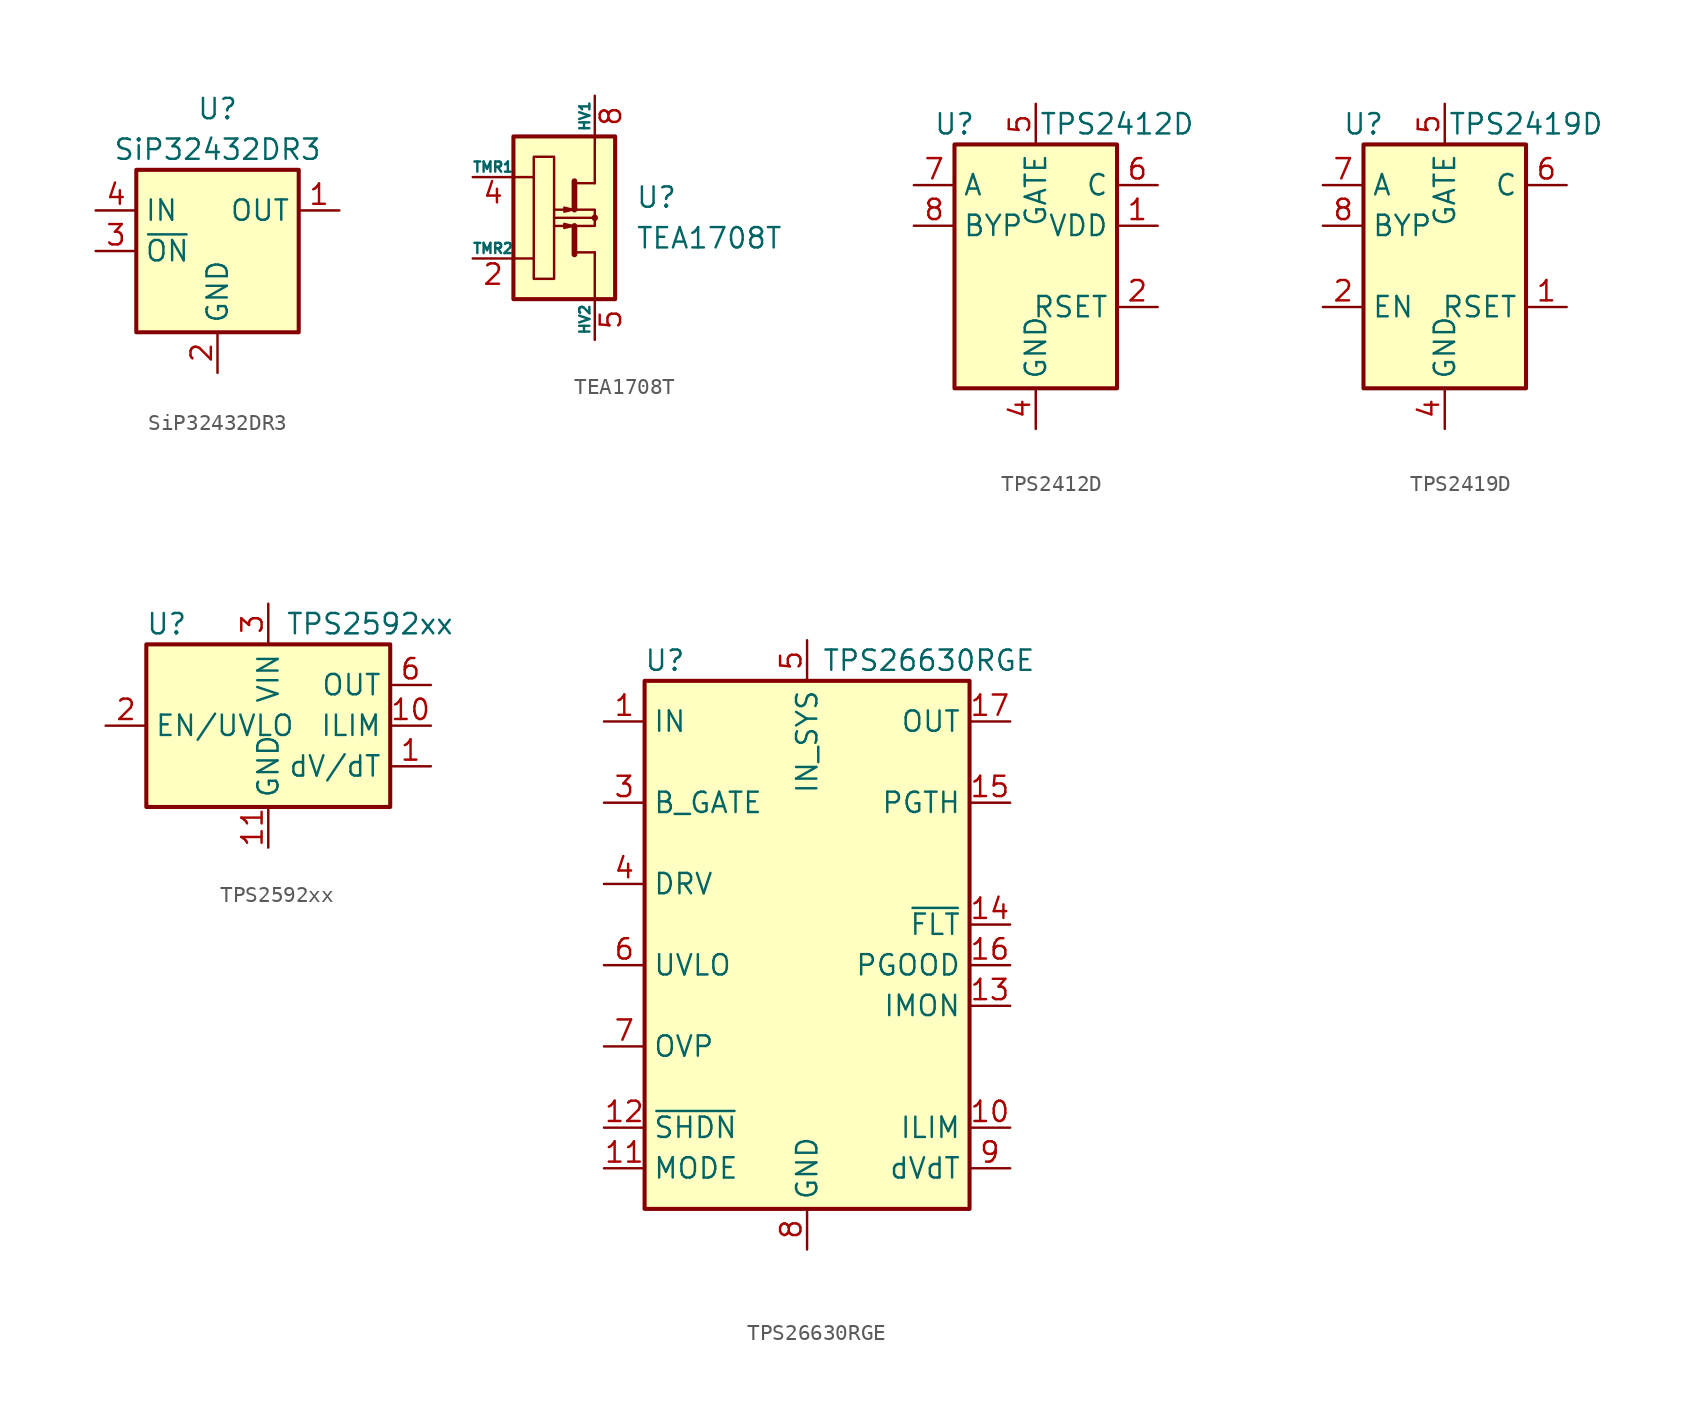
<source format=kicad_sym>
(kicad_symbol_lib
  (version 20200908)
  (generator kicad_symbol_editor)
  (symbol "Power_Management:SiP32432DR3"
    (property "Reference" "U"
      (at 0 8.89 0)
      (effects (font (size 1.27 1.27))))
    (property "Value" "SiP32432DR3"
      (at 0 6.35 0)
      (effects (font (size 1.27 1.27))))
    (symbol "SiP32432DR3_0_1"
      (rectangle (start -5.08 5.08) (end 5.08 -5.08) (stroke (width 0.254)) (fill (type background))))
    (symbol "SiP32432DR3_1_1"
      (pin passive line (at 7.62 2.54 180) (length 2.54) (name "OUT" (effects (font (size 1.27 1.27)))) (number "1" (effects (font (size 1.27 1.27)))))
      (pin power_in line (at 0 -7.62 90) (length 2.54) (name "GND" (effects (font (size 1.27 1.27)))) (number "2" (effects (font (size 1.27 1.27)))))
      (pin input line (at -7.62 0 0) (length 2.54) (name "~ON" (effects (font (size 1.27 1.27)))) (number "3" (effects (font (size 1.27 1.27)))))
      (pin passive line (at -7.62 2.54 0) (length 2.54) (name "IN" (effects (font (size 1.27 1.27)))) (number "4" (effects (font (size 1.27 1.27)))))
      (pin passive line (at 0 -7.62 90) (length 2.54) hide (name "GND" (effects (font (size 1.27 1.27)))) (number "5" (effects (font (size 1.27 1.27)))))
      (pin unconnected line (at 5.08 0 180) (length 2.54) hide (name "NC" (effects (font (size 1.27 1.27)))) (number "6" (effects (font (size 1.27 1.27)))))))
  (symbol "Power_Management:TEA1708T"
    (pin_names
      (offset 0))
    (property "Reference" "U"
      (at 5.08 1.27 0)
      (effects (font (size 1.27 1.27)) (justify left)))
    (property "Value" "TEA1708T"
      (at 5.08 -1.27 0)
      (effects (font (size 1.27 1.27)) (justify left)))
    (symbol "TEA1708T_0_1"
      (circle (center 2.54 0) (radius 0.127) (stroke (width 0)) (fill (type none)))
      (rectangle (start -2.54 5.08) (end 3.81 -5.08) (stroke (width 0.254)) (fill (type background)))
      (rectangle (start -1.27 3.81) (end 0 -3.81) (stroke (width 0)) (fill (type none)))
      (polyline (pts (xy -2.54 2.54) (xy -1.27 2.54)) (stroke (width 0)) (fill (type none)))
      (polyline (pts (xy -1.27 -2.54) (xy -2.54 -2.54)) (stroke (width 0)) (fill (type none)))
      (polyline (pts (xy 1.27 -2.159) (xy 2.54 -2.159)) (stroke (width 0)) (fill (type none)))
      (polyline (pts (xy 1.27 2.159) (xy 2.54 2.159)) (stroke (width 0)) (fill (type none)))
      (polyline (pts (xy 2.413 0) (xy 0 0)) (stroke (width 0)) (fill (type none)))
      (polyline (pts (xy 2.54 2.159) (xy 2.54 5.08)) (stroke (width 0)) (fill (type none)))
      (polyline (pts (xy 1.27 -0.508) (xy 1.27 -2.286) (xy 1.27 -2.286)) (stroke (width 0.356)) (fill (type none)))
      (polyline (pts (xy 1.27 2.286) (xy 1.27 0.508) (xy 1.27 2.032)) (stroke (width 0.356)) (fill (type none)))
      (polyline (pts (xy 2.54 -2.159) (xy 2.54 -5.08) (xy 2.54 -3.175)) (stroke (width 0)) (fill (type none)))
      (polyline (pts (xy 0 0.508) (xy 2.54 0.508) (xy 2.54 -0.508) (xy 0 -0.508)) (stroke (width 0)) (fill (type none))))
    (symbol "TEA1708T_1_1"
      (polyline (pts (xy 1.143 -0.508) (xy 0.635 -0.635) (xy 0.635 -0.381) (xy 1.143 -0.508)) (stroke (width 0)) (fill (type none)))
      (polyline (pts (xy 1.143 0.508) (xy 0.635 0.381) (xy 0.635 0.635) (xy 1.143 0.508)) (stroke (width 0)) (fill (type none)))
      (pin unconnected line (at -2.54 5.08 0) (length 2.54) hide (name "NC" (effects (font (size 1.27 1.27)))) (number "1" (effects (font (size 1.27 1.27)))))
      (pin passive line (at -5.08 -2.54 0) (length 2.54) (name "TMR2" (effects (font (size 0.635 0.635)))) (number "2" (effects (font (size 1.27 1.27)))))
      (pin unconnected line (at -2.54 2.54 0) (length 2.54) hide (name "NC" (effects (font (size 1.27 1.27)))) (number "3" (effects (font (size 1.27 1.27)))))
      (pin passive line (at -5.08 2.54 0) (length 2.54) (name "TMR1" (effects (font (size 0.635 0.635)))) (number "4" (effects (font (size 1.27 1.27)))))
      (pin passive line (at 2.54 -7.62 90) (length 2.54) (name "HV2" (effects (font (size 0.635 0.635)))) (number "5" (effects (font (size 1.27 1.27)))))
      (pin unconnected line (at -2.54 -2.54 0) (length 2.54) hide (name "NC" (effects (font (size 1.27 1.27)))) (number "6" (effects (font (size 1.27 1.27)))))
      (pin unconnected line (at -2.54 -5.08 0) (length 2.54) hide (name "NC" (effects (font (size 1.27 1.27)))) (number "7" (effects (font (size 1.27 1.27)))))
      (pin passive line (at 2.54 7.62 270) (length 2.54) (name "HV1" (effects (font (size 0.635 0.635)))) (number "8" (effects (font (size 1.27 1.27)))))))
  (symbol "Power_Management:TPS2412D"
    (property "Reference" "U"
      (at -5.08 8.89 0)
      (effects (font (size 1.27 1.27))))
    (property "Value" "TPS2412D"
      (at 5.08 8.89 0)
      (effects (font (size 1.27 1.27))))
    (symbol "TPS2412D_0_1"
      (rectangle (start -5.08 7.62) (end 5.08 -7.62) (stroke (width 0.254)) (fill (type background))))
    (symbol "TPS2412D_1_1"
      (pin power_in line (at 7.62 2.54 180) (length 2.54) (name "VDD" (effects (font (size 1.27 1.27)))) (number "1" (effects (font (size 1.27 1.27)))))
      (pin passive line (at 7.62 -2.54 180) (length 2.54) (name "RSET" (effects (font (size 1.27 1.27)))) (number "2" (effects (font (size 1.27 1.27)))))
      (pin passive line (at 0 -10.16 90) (length 2.54) hide (name "GND" (effects (font (size 1.27 1.27)))) (number "3" (effects (font (size 1.27 1.27)))))
      (pin power_in line (at 0 -10.16 90) (length 2.54) (name "GND" (effects (font (size 1.27 1.27)))) (number "4" (effects (font (size 1.27 1.27)))))
      (pin output line (at 0 10.16 270) (length 2.54) (name "GATE" (effects (font (size 1.27 1.27)))) (number "5" (effects (font (size 1.27 1.27)))))
      (pin input line (at 7.62 5.08 180) (length 2.54) (name "C" (effects (font (size 1.27 1.27)))) (number "6" (effects (font (size 1.27 1.27)))))
      (pin input line (at -7.62 5.08 0) (length 2.54) (name "A" (effects (font (size 1.27 1.27)))) (number "7" (effects (font (size 1.27 1.27)))))
      (pin passive line (at -7.62 2.54 0) (length 2.54) (name "BYP" (effects (font (size 1.27 1.27)))) (number "8" (effects (font (size 1.27 1.27)))))))
  (symbol "Power_Management:TPS2419D"
    (property "Reference" "U"
      (at -5.08 8.89 0)
      (effects (font (size 1.27 1.27))))
    (property "Value" "TPS2419D"
      (at 5.08 8.89 0)
      (effects (font (size 1.27 1.27))))
    (symbol "TPS2419D_0_1"
      (rectangle (start -5.08 7.62) (end 5.08 -7.62) (stroke (width 0.254)) (fill (type background))))
    (symbol "TPS2419D_1_1"
      (pin passive line (at 7.62 -2.54 180) (length 2.54) (name "RSET" (effects (font (size 1.27 1.27)))) (number "1" (effects (font (size 1.27 1.27)))))
      (pin input line (at -7.62 -2.54 0) (length 2.54) (name "EN" (effects (font (size 1.27 1.27)))) (number "2" (effects (font (size 1.27 1.27)))))
      (pin passive line (at 0 -10.16 90) (length 2.54) hide (name "GND" (effects (font (size 1.27 1.27)))) (number "3" (effects (font (size 1.27 1.27)))))
      (pin power_in line (at 0 -10.16 90) (length 2.54) (name "GND" (effects (font (size 1.27 1.27)))) (number "4" (effects (font (size 1.27 1.27)))))
      (pin output line (at 0 10.16 270) (length 2.54) (name "GATE" (effects (font (size 1.27 1.27)))) (number "5" (effects (font (size 1.27 1.27)))))
      (pin input line (at 7.62 5.08 180) (length 2.54) (name "C" (effects (font (size 1.27 1.27)))) (number "6" (effects (font (size 1.27 1.27)))))
      (pin input line (at -7.62 5.08 0) (length 2.54) (name "A" (effects (font (size 1.27 1.27)))) (number "7" (effects (font (size 1.27 1.27)))))
      (pin passive line (at -7.62 2.54 0) (length 2.54) (name "BYP" (effects (font (size 1.27 1.27)))) (number "8" (effects (font (size 1.27 1.27)))))))
  (symbol "Power_Management:TPS2592xx"
    (property "Reference" "U"
      (at -6.35 6.35 0)
      (effects (font (size 1.27 1.27))))
    (property "Value" "TPS2592xx"
      (at 6.35 6.35 0)
      (effects (font (size 1.27 1.27))))
    (symbol "TPS2592xx_0_1"
      (rectangle (start -7.62 5.08) (end 7.62 -5.08) (stroke (width 0.254)) (fill (type background))))
    (symbol "TPS2592xx_1_1"
      (pin output line (at 10.16 -2.54 180) (length 2.54) (name "dV/dT" (effects (font (size 1.27 1.27)))) (number "1" (effects (font (size 1.27 1.27)))))
      (pin output line (at 10.16 0 180) (length 2.54) (name "ILIM" (effects (font (size 1.27 1.27)))) (number "10" (effects (font (size 1.27 1.27)))))
      (pin power_in line (at 0 -7.62 90) (length 2.54) (name "GND" (effects (font (size 1.27 1.27)))) (number "11" (effects (font (size 1.27 1.27)))))
      (pin input line (at -10.16 0 0) (length 2.54) (name "EN/UVLO" (effects (font (size 1.27 1.27)))) (number "2" (effects (font (size 1.27 1.27)))))
      (pin power_in line (at 0 7.62 270) (length 2.54) (name "VIN" (effects (font (size 1.27 1.27)))) (number "3" (effects (font (size 1.27 1.27)))))
      (pin passive line (at 0 7.62 270) (length 2.54) hide (name "VIN" (effects (font (size 1.27 1.27)))) (number "4" (effects (font (size 1.27 1.27)))))
      (pin passive line (at 0 7.62 270) (length 2.54) hide (name "VIN" (effects (font (size 1.27 1.27)))) (number "5" (effects (font (size 1.27 1.27)))))
      (pin power_out line (at 10.16 2.54 180) (length 2.54) (name "OUT" (effects (font (size 1.27 1.27)))) (number "6" (effects (font (size 1.27 1.27)))))
      (pin passive line (at 10.16 2.54 180) (length 2.54) hide (name "OUT" (effects (font (size 1.27 1.27)))) (number "7" (effects (font (size 1.27 1.27)))))
      (pin passive line (at 10.16 2.54 180) (length 2.54) hide (name "OUT" (effects (font (size 1.27 1.27)))) (number "8" (effects (font (size 1.27 1.27)))))
      (pin unconnected line (at -10.16 -2.54 0) (length 2.54) hide (name "NC" (effects (font (size 1.27 1.27)))) (number "9" (effects (font (size 1.27 1.27)))))))
  (symbol "Power_Management:TPS26630RGE"
    (property "Reference" "U"
      (at -8.89 16.51 0)
      (effects (font (size 1.27 1.27))))
    (property "Value" "TPS26630RGE"
      (at 7.62 16.51 0)
      (effects (font (size 1.27 1.27))))
    (symbol "TPS26630RGE_0_1"
      (rectangle (start -10.16 15.24) (end 10.16 -17.78) (stroke (width 0.254)) (fill (type background))))
    (symbol "TPS26630RGE_1_1"
      (pin power_in line (at -12.7 12.7 0) (length 2.54) (name "IN" (effects (font (size 1.27 1.27)))) (number "1" (effects (font (size 1.27 1.27)))))
      (pin passive line (at 12.7 -12.7 180) (length 2.54) (name "ILIM" (effects (font (size 1.27 1.27)))) (number "10" (effects (font (size 1.27 1.27)))))
      (pin input line (at -12.7 -15.24 0) (length 2.54) (name "MODE" (effects (font (size 1.27 1.27)))) (number "11" (effects (font (size 1.27 1.27)))))
      (pin input line (at -12.7 -12.7 0) (length 2.54) (name "~SHDN" (effects (font (size 1.27 1.27)))) (number "12" (effects (font (size 1.27 1.27)))))
      (pin output line (at 12.7 -5.08 180) (length 2.54) (name "IMON" (effects (font (size 1.27 1.27)))) (number "13" (effects (font (size 1.27 1.27)))))
      (pin open_collector line (at 12.7 0 180) (length 2.54) (name "~FLT" (effects (font (size 1.27 1.27)))) (number "14" (effects (font (size 1.27 1.27)))))
      (pin input line (at 12.7 7.62 180) (length 2.54) (name "PGTH" (effects (font (size 1.27 1.27)))) (number "15" (effects (font (size 1.27 1.27)))))
      (pin output line (at 12.7 -2.54 180) (length 2.54) (name "PGOOD" (effects (font (size 1.27 1.27)))) (number "16" (effects (font (size 1.27 1.27)))))
      (pin power_out line (at 12.7 12.7 180) (length 2.54) (name "OUT" (effects (font (size 1.27 1.27)))) (number "17" (effects (font (size 1.27 1.27)))))
      (pin passive line (at 12.7 12.7 180) (length 2.54) hide (name "OUT" (effects (font (size 1.27 1.27)))) (number "18" (effects (font (size 1.27 1.27)))))
      (pin unconnected line (at -10.16 10.16 0) (length 2.54) hide (name "NC" (effects (font (size 1.27 1.27)))) (number "19" (effects (font (size 1.27 1.27)))))
      (pin passive line (at -12.7 12.7 0) (length 2.54) hide (name "IN" (effects (font (size 1.27 1.27)))) (number "2" (effects (font (size 1.27 1.27)))))
      (pin unconnected line (at -10.16 5.08 0) (length 2.54) hide (name "NC" (effects (font (size 1.27 1.27)))) (number "20" (effects (font (size 1.27 1.27)))))
      (pin unconnected line (at -10.16 0 0) (length 2.54) hide (name "NC" (effects (font (size 1.27 1.27)))) (number "21" (effects (font (size 1.27 1.27)))))
      (pin unconnected line (at 10.16 10.16 180) (length 2.54) hide (name "NC" (effects (font (size 1.27 1.27)))) (number "22" (effects (font (size 1.27 1.27)))))
      (pin unconnected line (at 10.16 5.08 180) (length 2.54) hide (name "NC" (effects (font (size 1.27 1.27)))) (number "23" (effects (font (size 1.27 1.27)))))
      (pin unconnected line (at 10.16 2.54 180) (length 2.54) hide (name "NC" (effects (font (size 1.27 1.27)))) (number "24" (effects (font (size 1.27 1.27)))))
      (pin passive line (at 0 -20.32 90) (length 2.54) hide (name "GND" (effects (font (size 1.27 1.27)))) (number "25" (effects (font (size 1.27 1.27)))))
      (pin output line (at -12.7 7.62 0) (length 2.54) (name "B_GATE" (effects (font (size 1.27 1.27)))) (number "3" (effects (font (size 1.27 1.27)))))
      (pin output line (at -12.7 2.54 0) (length 2.54) (name "DRV" (effects (font (size 1.27 1.27)))) (number "4" (effects (font (size 1.27 1.27)))))
      (pin power_in line (at 0 17.78 270) (length 2.54) (name "IN_SYS" (effects (font (size 1.27 1.27)))) (number "5" (effects (font (size 1.27 1.27)))))
      (pin input line (at -12.7 -2.54 0) (length 2.54) (name "UVLO" (effects (font (size 1.27 1.27)))) (number "6" (effects (font (size 1.27 1.27)))))
      (pin input line (at -12.7 -7.62 0) (length 2.54) (name "OVP" (effects (font (size 1.27 1.27)))) (number "7" (effects (font (size 1.27 1.27)))))
      (pin power_in line (at 0 -20.32 90) (length 2.54) (name "GND" (effects (font (size 1.27 1.27)))) (number "8" (effects (font (size 1.27 1.27)))))
      (pin passive line (at 12.7 -15.24 180) (length 2.54) (name "dVdT" (effects (font (size 1.27 1.27)))) (number "9" (effects (font (size 1.27 1.27))))))))
</source>
